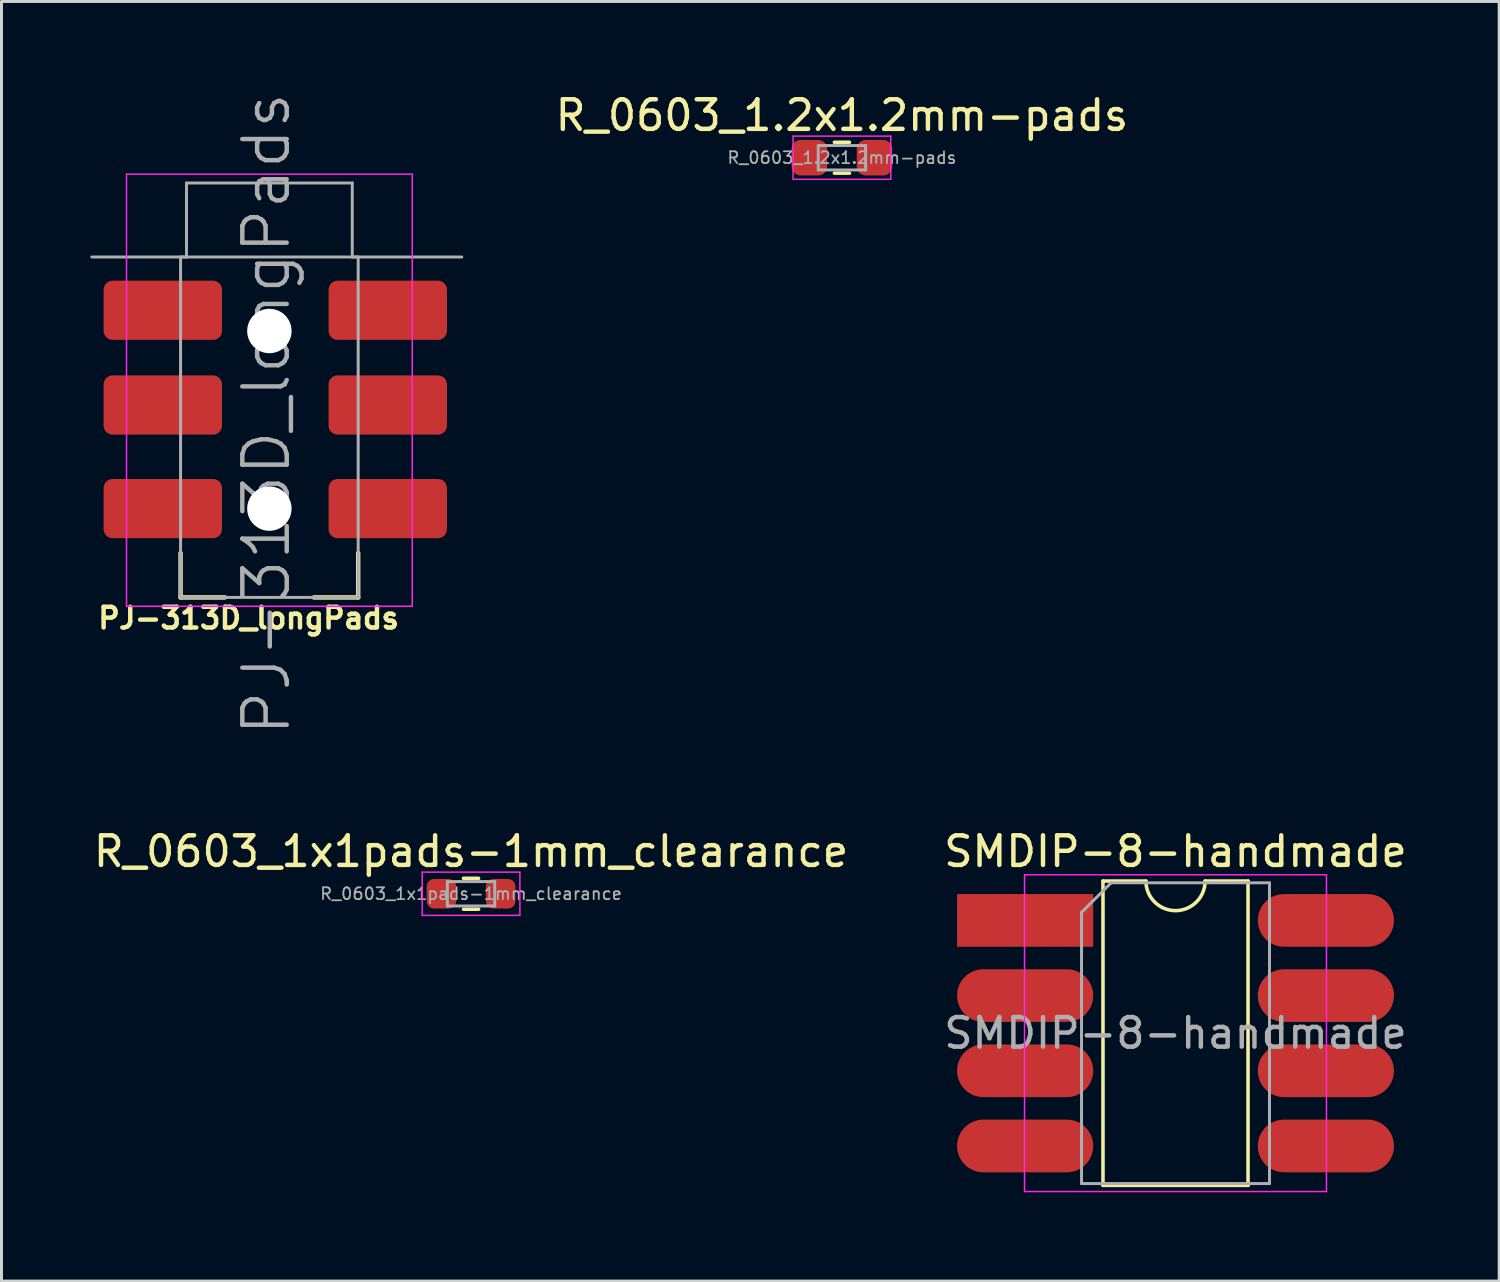
<source format=kicad_pcb>
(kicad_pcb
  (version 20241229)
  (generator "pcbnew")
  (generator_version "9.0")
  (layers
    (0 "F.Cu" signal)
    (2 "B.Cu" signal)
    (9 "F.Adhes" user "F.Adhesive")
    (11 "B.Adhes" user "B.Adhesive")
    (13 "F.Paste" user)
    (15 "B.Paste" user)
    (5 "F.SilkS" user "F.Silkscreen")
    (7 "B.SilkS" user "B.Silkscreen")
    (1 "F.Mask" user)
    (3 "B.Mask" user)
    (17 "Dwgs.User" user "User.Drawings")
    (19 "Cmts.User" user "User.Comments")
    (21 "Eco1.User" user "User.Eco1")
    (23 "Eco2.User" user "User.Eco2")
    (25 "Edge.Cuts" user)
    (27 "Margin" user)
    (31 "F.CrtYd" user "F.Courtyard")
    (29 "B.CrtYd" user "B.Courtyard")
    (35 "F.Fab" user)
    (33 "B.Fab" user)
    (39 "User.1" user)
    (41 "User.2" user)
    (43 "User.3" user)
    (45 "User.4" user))
  (footprint "SMDIP-8-handmade"
    (layer "F.Cu")
    (at 36.661 31.853)
    (property "Reference" "SMDIP-8-handmade" (at 0 -6.14 0) (layer "F.SilkS") (effects (font (size 1 1) (thickness 0.15))))
    (attr smd)
    (fp_line (start -2.45 -5.14) (end -2.45 5.14) (stroke (width 0.12) (type solid)) (layer "F.SilkS"))
    (fp_line (start -2.45 5.14) (end 2.45 5.14) (stroke (width 0.12) (type solid)) (layer "F.SilkS"))
    (fp_line (start -1 -5.14) (end -2.45 -5.14) (stroke (width 0.12) (type solid)) (layer "F.SilkS"))
    (fp_line (start 2.45 -5.14) (end 1 -5.14) (stroke (width 0.12) (type solid)) (layer "F.SilkS"))
    (fp_line (start 2.45 5.14) (end 2.45 -5.14) (stroke (width 0.12) (type solid)) (layer "F.SilkS"))
    (fp_arc (start 1 -5.14) (mid 0 -4.14) (end -1 -5.14) (stroke (width 0.12) (type solid)) (layer "F.SilkS"))
    (fp_line (start -5.1 -5.35) (end -5.1 5.35) (stroke (width 0.05) (type solid)) (layer "F.CrtYd"))
    (fp_line (start -5.1 5.35) (end 5.1 5.35) (stroke (width 0.05) (type solid)) (layer "F.CrtYd"))
    (fp_line (start 5.1 -5.35) (end -5.1 -5.35) (stroke (width 0.05) (type solid)) (layer "F.CrtYd"))
    (fp_line (start 5.1 5.35) (end 5.1 -5.35) (stroke (width 0.05) (type solid)) (layer "F.CrtYd"))
    (fp_line (start -3.175 -4.08) (end -2.175 -5.08) (stroke (width 0.1) (type solid)) (layer "F.Fab"))
    (fp_line (start -3.175 5.08) (end -3.175 -4.08) (stroke (width 0.1) (type solid)) (layer "F.Fab"))
    (fp_line (start -2.175 -5.08) (end 3.175 -5.08) (stroke (width 0.1) (type solid)) (layer "F.Fab"))
    (fp_line (start 3.175 -5.08) (end 3.175 5.08) (stroke (width 0.1) (type solid)) (layer "F.Fab"))
    (fp_line (start 3.175 5.08) (end -3.175 5.08) (stroke (width 0.1) (type solid)) (layer "F.Fab"))
    (fp_text user "${REFERENCE}" (at 0 0 0) (layer "F.Fab") (effects (font (size 1 1) (thickness 0.15))))
    (pad "1" smd rect (at -3.81 -3.81) (size 4.6 1.78) (drill (offset -1.27 0)) (layers "F.Cu" "F.Mask" "F.Paste"))
    (pad "2" smd oval (at -3.81 -1.27) (size 4.6 1.78) (drill (offset -1.27 0)) (layers "F.Cu" "F.Mask" "F.Paste"))
    (pad "3" smd oval (at -3.81 1.27) (size 4.6 1.78) (drill (offset -1.27 0)) (layers "F.Cu" "F.Mask" "F.Paste"))
    (pad "4" smd oval (at -3.81 3.81) (size 4.6 1.78) (drill (offset -1.27 0)) (layers "F.Cu" "F.Mask" "F.Paste"))
    (pad "5" smd oval (at 3.81 3.81) (size 4.6 1.78) (drill (offset 1.27 0)) (layers "F.Cu" "F.Mask" "F.Paste"))
    (pad "6" smd oval (at 3.81 1.27) (size 4.6 1.78) (drill (offset 1.27 0)) (layers "F.Cu" "F.Mask" "F.Paste"))
    (pad "7" smd oval (at 3.81 -1.27) (size 4.6 1.78) (drill (offset 1.27 0)) (layers "F.Cu" "F.Mask" "F.Paste"))
    (pad "8" smd oval (at 3.81 -3.81) (size 4.6 1.78) (drill (offset 1.27 0)) (layers "F.Cu" "F.Mask" "F.Paste")))
  (footprint "R_0603_1x1pads-1mm_clearance"
    (layer "F.Cu")
    (at 12.863 27.143)
    (property "Reference" "R_0603_1x1pads-1mm_clearance" (at 0 -1.43 0) (layer "F.SilkS") (effects (font (size 1 1) (thickness 0.15))))
    (attr smd)
    (fp_line (start -0.255 -0.522) (end 0.255 -0.522) (stroke (width 0.12) (type solid)) (layer "F.SilkS"))
    (fp_line (start -0.255 0.522) (end 0.255 0.522) (stroke (width 0.12) (type solid)) (layer "F.SilkS"))
    (fp_line (start -1.65 -0.73) (end 1.65 -0.73) (stroke (width 0.05) (type solid)) (layer "F.CrtYd"))
    (fp_line (start -1.65 0.73) (end -1.65 -0.73) (stroke (width 0.05) (type solid)) (layer "F.CrtYd"))
    (fp_line (start 1.65 -0.73) (end 1.65 0.73) (stroke (width 0.05) (type solid)) (layer "F.CrtYd"))
    (fp_line (start 1.65 0.73) (end -1.65 0.73) (stroke (width 0.05) (type solid)) (layer "F.CrtYd"))
    (fp_line (start -0.8 -0.412) (end 0.8 -0.412) (stroke (width 0.1) (type solid)) (layer "F.Fab"))
    (fp_line (start -0.8 0.412) (end -0.8 -0.412) (stroke (width 0.1) (type solid)) (layer "F.Fab"))
    (fp_line (start 0.8 -0.412) (end 0.8 0.412) (stroke (width 0.1) (type solid)) (layer "F.Fab"))
    (fp_line (start 0.8 0.412) (end -0.8 0.412) (stroke (width 0.1) (type solid)) (layer "F.Fab"))
    (fp_text user "${REFERENCE}" (at 0 0 0) (layer "F.Fab") (effects (font (size 0.4 0.4) (thickness 0.06))))
    (pad "1" smd roundrect (at -1 0) (size 1 1) (layers "F.Cu" "F.Mask" "F.Paste") (roundrect_rratio 0.25))
    (pad "2" smd roundrect (at 1 0) (size 1 1) (layers "F.Cu" "F.Mask" "F.Paste") (roundrect_rratio 0.25)))
  (footprint "PJ-313D_longPads"
    (layer "F.Cu")
    (at 6.05 5.632)
    (property "Reference" "PJ-313D_longPads" (at -0.7 12.2 0) (layer "F.SilkS") (effects (font (size 0.7 0.7) (thickness 0.15))))
    (fp_line (start -3 11.5) (end -3 10) (stroke (width 0.15) (type solid)) (layer "F.SilkS"))
    (fp_line (start -3 11.5) (end -1.5 11.5) (stroke (width 0.15) (type solid)) (layer "F.SilkS"))
    (fp_line (start 3 11.5) (end 1.5 11.5) (stroke (width 0.15) (type solid)) (layer "F.SilkS"))
    (fp_line (start 3 11.5) (end 3 10) (stroke (width 0.15) (type solid)) (layer "F.SilkS"))
    (fp_line (start -4.826 -2.8) (end 4.826 -2.8) (stroke (width 0.05) (type solid)) (layer "F.CrtYd"))
    (fp_line (start -4.826 11.8) (end -4.826 -2.794) (stroke (width 0.05) (type solid)) (layer "F.CrtYd"))
    (fp_line (start 4.826 -2.8) (end 4.826 11.8) (stroke (width 0.05) (type solid)) (layer "F.CrtYd"))
    (fp_line (start 4.826 11.8) (end -4.826 11.8) (stroke (width 0.05) (type solid)) (layer "F.CrtYd"))
    (fp_line (start -3 0) (end -2.8 0) (stroke (width 0.1) (type solid)) (layer "F.Fab"))
    (fp_line (start -3 11.5) (end -3 0) (stroke (width 0.1) (type solid)) (layer "F.Fab"))
    (fp_line (start -2.8 -2.5) (end 2.8 -2.5) (stroke (width 0.1) (type solid)) (layer "F.Fab"))
    (fp_line (start -2.8 0) (end -2.8 -2.5) (stroke (width 0.1) (type solid)) (layer "F.Fab"))
    (fp_line (start 2.8 -2.5) (end 2.8 0) (stroke (width 0.1) (type solid)) (layer "F.Fab"))
    (fp_line (start 2.8 0) (end 3 0) (stroke (width 0.1) (type solid)) (layer "F.Fab"))
    (fp_line (start 3 0) (end 3 11.5) (stroke (width 0.1) (type solid)) (layer "F.Fab"))
    (fp_line (start 3 11.5) (end -3 11.5) (stroke (width 0.1) (type solid)) (layer "F.Fab"))
    (fp_line (start 6.5 0) (end -6 0) (stroke (width 0.1) (type solid)) (layer "F.Fab"))
    (fp_text user "${REFERENCE}" (at -0.1 5.3 270) (layer "F.Fab") (effects (font (size 1.5 1.5) (thickness 0.15))))
    (pad "" np_thru_hole circle (at 0 2.5 270) (size 1.5 1.5) (drill 1.5) (layers "*.Cu" "*.Mask"))
    (pad "" np_thru_hole circle (at 0 8.5 270) (size 1.5 1.5) (drill 1.5) (layers "*.Cu" "*.Mask"))
    (pad "R" smd roundrect (at -3.8 5 270) (size 2 4) (drill (offset 0 -0.2)) (layers "F.Cu" "F.Mask" "F.Paste") (roundrect_rratio 0.15))
    (pad "R" smd roundrect (at 3.8 5 270) (size 2 4) (drill (offset 0 -0.2)) (layers "F.Cu" "F.Mask" "F.Paste") (roundrect_rratio 0.15))
    (pad "S" smd roundrect (at -3.8 1.8 270) (size 2 4) (drill (offset 0 -0.2)) (layers "F.Cu" "F.Mask" "F.Paste") (roundrect_rratio 0.15))
    (pad "S" smd roundrect (at 3.8 1.8 270) (size 2 4) (drill (offset 0 -0.2)) (layers "F.Cu" "F.Mask" "F.Paste") (roundrect_rratio 0.15))
    (pad "T" smd roundrect (at -3.8 8.5 270) (size 2 4) (drill (offset 0 -0.2)) (layers "F.Cu" "F.Mask" "F.Paste") (roundrect_rratio 0.15))
    (pad "T" smd roundrect (at 3.8 8.5 270) (size 2 4) (drill (offset 0 -0.2)) (layers "F.Cu" "F.Mask" "F.Paste") (roundrect_rratio 0.15)))
  (footprint "R_0603_1.2x1.2mm-pads"
    (layer "F.Cu")
    (at 25.392 2.278)
    (property "Reference" "R_0603_1.2x1.2mm-pads" (at 0 -1.43 0) (layer "F.SilkS") (effects (font (size 1 1) (thickness 0.15))))
    (attr smd)
    (fp_line (start -0.255 -0.522) (end 0.255 -0.522) (stroke (width 0.12) (type solid)) (layer "F.SilkS"))
    (fp_line (start -0.255 0.522) (end 0.255 0.522) (stroke (width 0.12) (type solid)) (layer "F.SilkS"))
    (fp_line (start -1.65 -0.73) (end 1.65 -0.73) (stroke (width 0.05) (type solid)) (layer "F.CrtYd"))
    (fp_line (start -1.65 0.73) (end -1.65 -0.73) (stroke (width 0.05) (type solid)) (layer "F.CrtYd"))
    (fp_line (start 1.65 -0.73) (end 1.65 0.73) (stroke (width 0.05) (type solid)) (layer "F.CrtYd"))
    (fp_line (start 1.65 0.73) (end -1.65 0.73) (stroke (width 0.05) (type solid)) (layer "F.CrtYd"))
    (fp_line (start -0.8 -0.412) (end 0.8 -0.412) (stroke (width 0.1) (type solid)) (layer "F.Fab"))
    (fp_line (start -0.8 0.412) (end -0.8 -0.412) (stroke (width 0.1) (type solid)) (layer "F.Fab"))
    (fp_line (start 0.8 -0.412) (end 0.8 0.412) (stroke (width 0.1) (type solid)) (layer "F.Fab"))
    (fp_line (start 0.8 0.412) (end -0.8 0.412) (stroke (width 0.1) (type solid)) (layer "F.Fab"))
    (fp_text user "${REFERENCE}" (at 0 0 0) (layer "F.Fab") (effects (font (size 0.4 0.4) (thickness 0.06))))
    (pad "1" smd roundrect (at -1.1 0) (size 1.2 1.2) (layers "F.Cu" "F.Mask" "F.Paste") (roundrect_rratio 0.25))
    (pad "2" smd roundrect (at 1.1 0) (size 1.2 1.2) (layers "F.Cu" "F.Mask" "F.Paste") (roundrect_rratio 0.25)))
  (gr_rect
    (start -3 -3)
    (end 47.595 40.228)
    (stroke (width 0.1) (type default))
    (fill no)
    (layer "Edge.Cuts")))
</source>
